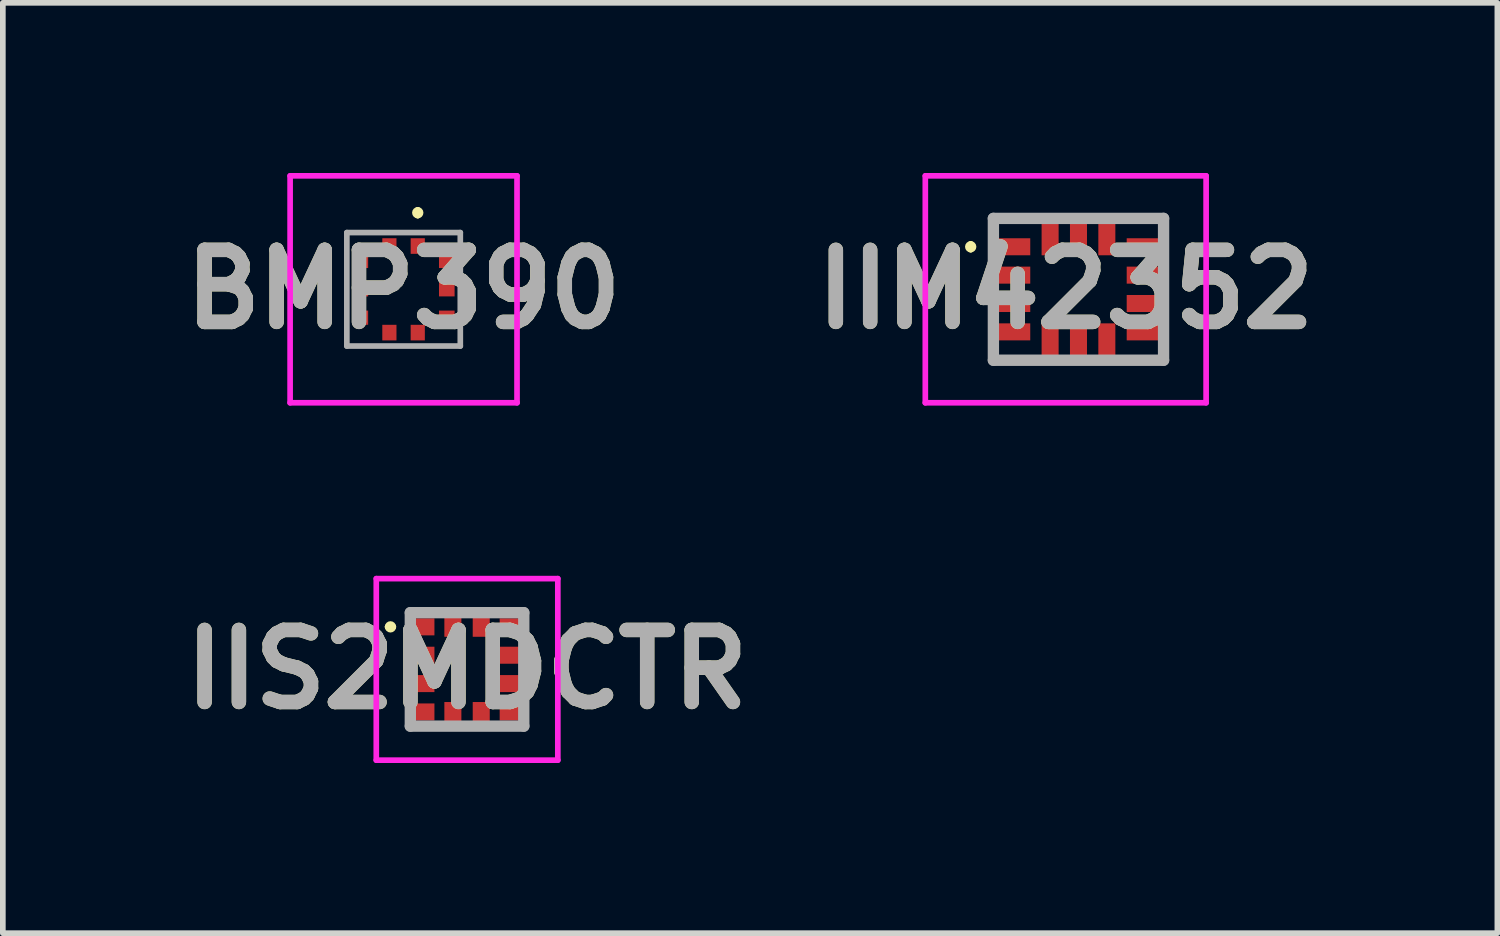
<source format=kicad_pcb>
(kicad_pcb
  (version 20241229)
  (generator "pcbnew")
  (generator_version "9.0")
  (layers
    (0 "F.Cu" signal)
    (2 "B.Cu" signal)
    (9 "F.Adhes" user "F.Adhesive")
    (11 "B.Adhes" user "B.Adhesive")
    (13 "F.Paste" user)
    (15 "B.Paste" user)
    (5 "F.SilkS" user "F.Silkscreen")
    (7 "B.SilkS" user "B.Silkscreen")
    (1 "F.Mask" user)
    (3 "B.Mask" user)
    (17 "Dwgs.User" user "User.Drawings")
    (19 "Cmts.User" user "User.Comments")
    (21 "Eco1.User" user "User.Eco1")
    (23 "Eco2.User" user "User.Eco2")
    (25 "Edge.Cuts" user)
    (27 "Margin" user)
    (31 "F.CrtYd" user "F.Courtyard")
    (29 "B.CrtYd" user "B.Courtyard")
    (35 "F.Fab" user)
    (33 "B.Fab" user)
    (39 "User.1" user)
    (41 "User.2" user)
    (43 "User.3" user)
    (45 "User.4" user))
  (footprint "IIM42352"
    (layer "F.Cu")
    (at 15.961 2.05)
    (property "Reference" "IIM42352" (at -0.225 0 0) (layer "F.SilkS") (effects (font (size 1.27 1.27) (thickness 0.254))))
    (attr smd)
    (fp_line (start -1.9 -0.8) (end -1.9 -0.8) (stroke (width 0.1) (type solid)) (layer "F.SilkS"))
    (fp_line (start -1.9 -0.7) (end -1.9 -0.7) (stroke (width 0.1) (type solid)) (layer "F.SilkS"))
    (fp_line (start -1.5 -1.25) (end -0.8 -1.25) (stroke (width 0.1) (type solid)) (layer "F.SilkS"))
    (fp_line (start -1.5 -1) (end -1.5 -1.25) (stroke (width 0.1) (type solid)) (layer "F.SilkS"))
    (fp_line (start -1.5 1.1) (end -1.5 1.25) (stroke (width 0.1) (type solid)) (layer "F.SilkS"))
    (fp_line (start -1.5 1.25) (end -0.8 1.25) (stroke (width 0.1) (type solid)) (layer "F.SilkS"))
    (fp_line (start 0.8 -1.25) (end 1.5 -1.25) (stroke (width 0.1) (type solid)) (layer "F.SilkS"))
    (fp_line (start 0.8 1.25) (end 1.5 1.25) (stroke (width 0.1) (type solid)) (layer "F.SilkS"))
    (fp_line (start 1.5 -1.25) (end 1.5 -1) (stroke (width 0.1) (type solid)) (layer "F.SilkS"))
    (fp_line (start 1.5 1.25) (end 1.5 1) (stroke (width 0.1) (type solid)) (layer "F.SilkS"))
    (fp_arc (start -1.9 -0.8) (mid -1.85 -0.75) (end -1.9 -0.7) (stroke (width 0.1) (type solid)) (layer "F.SilkS"))
    (fp_arc (start -1.9 -0.7) (mid -1.95 -0.75) (end -1.9 -0.8) (stroke (width 0.1) (type solid)) (layer "F.SilkS"))
    (fp_line (start -2.7 -2) (end 2.25 -2) (stroke (width 0.1) (type solid)) (layer "F.CrtYd"))
    (fp_line (start -2.7 2) (end -2.7 -2) (stroke (width 0.1) (type solid)) (layer "F.CrtYd"))
    (fp_line (start 2.25 -2) (end 2.25 2) (stroke (width 0.1) (type solid)) (layer "F.CrtYd"))
    (fp_line (start 2.25 2) (end -2.7 2) (stroke (width 0.1) (type solid)) (layer "F.CrtYd"))
    (fp_line (start -1.5 -1.25) (end 1.5 -1.25) (stroke (width 0.2) (type solid)) (layer "F.Fab"))
    (fp_line (start -1.5 1.25) (end -1.5 -1.25) (stroke (width 0.2) (type solid)) (layer "F.Fab"))
    (fp_line (start 1.5 -1.25) (end 1.5 1.25) (stroke (width 0.2) (type solid)) (layer "F.Fab"))
    (fp_line (start 1.5 1.25) (end -1.5 1.25) (stroke (width 0.2) (type solid)) (layer "F.Fab"))
    (fp_text user "${REFERENCE}" (at -0.225 0 0) (layer "F.Fab") (effects (font (size 1.27 1.27) (thickness 0.254))))
    (pad "1" smd rect (at -1.15 -0.75 90) (size 0.3 0.6) (layers "F.Cu" "F.Mask" "F.Paste"))
    (pad "2" smd rect (at -1.15 -0.25 90) (size 0.3 0.6) (layers "F.Cu" "F.Mask" "F.Paste"))
    (pad "3" smd rect (at -1.15 0.25 90) (size 0.3 0.6) (layers "F.Cu" "F.Mask" "F.Paste"))
    (pad "4" smd rect (at -1.15 0.75 90) (size 0.3 0.6) (layers "F.Cu" "F.Mask" "F.Paste"))
    (pad "5" smd rect (at -0.5 0.9) (size 0.3 0.6) (layers "F.Cu" "F.Mask" "F.Paste"))
    (pad "6" smd rect (at 0 0.9) (size 0.3 0.6) (layers "F.Cu" "F.Mask" "F.Paste"))
    (pad "7" smd rect (at 0.5 0.9) (size 0.3 0.6) (layers "F.Cu" "F.Mask" "F.Paste"))
    (pad "8" smd rect (at 1.15 0.75 90) (size 0.3 0.6) (layers "F.Cu" "F.Mask" "F.Paste"))
    (pad "9" smd rect (at 1.15 0.25 90) (size 0.3 0.6) (layers "F.Cu" "F.Mask" "F.Paste"))
    (pad "10" smd rect (at 1.15 -0.25 90) (size 0.3 0.6) (layers "F.Cu" "F.Mask" "F.Paste"))
    (pad "11" smd rect (at 1.15 -0.75 90) (size 0.3 0.6) (layers "F.Cu" "F.Mask" "F.Paste"))
    (pad "12" smd rect (at 0.5 -0.9) (size 0.3 0.6) (layers "F.Cu" "F.Mask" "F.Paste"))
    (pad "13" smd rect (at 0 -0.9) (size 0.3 0.6) (layers "F.Cu" "F.Mask" "F.Paste"))
    (pad "14" smd rect (at -0.5 -0.9) (size 0.3 0.6) (layers "F.Cu" "F.Mask" "F.Paste")))
  (footprint "BMP390"
    (layer "F.Cu")
    (at 4.064 2.05)
    (property "Reference" "BMP390" (at 0 0 0) (layer "F.SilkS") (effects (font (size 1.27 1.27) (thickness 0.254))))
    (attr smd)
    (fp_line (start 0.25 -1.4) (end 0.25 -1.4) (stroke (width 0.1) (type solid)) (layer "F.SilkS"))
    (fp_line (start 0.25 -1.3) (end 0.25 -1.3) (stroke (width 0.1) (type solid)) (layer "F.SilkS"))
    (fp_arc (start 0.25 -1.4) (mid 0.3 -1.35) (end 0.25 -1.3) (stroke (width 0.1) (type solid)) (layer "F.SilkS"))
    (fp_arc (start 0.25 -1.3) (mid 0.2 -1.35) (end 0.25 -1.4) (stroke (width 0.1) (type solid)) (layer "F.SilkS"))
    (fp_line (start -2 -2) (end 2 -2) (stroke (width 0.1) (type solid)) (layer "F.CrtYd"))
    (fp_line (start -2 2) (end -2 -2) (stroke (width 0.1) (type solid)) (layer "F.CrtYd"))
    (fp_line (start 2 -2) (end 2 2) (stroke (width 0.1) (type solid)) (layer "F.CrtYd"))
    (fp_line (start 2 2) (end -2 2) (stroke (width 0.1) (type solid)) (layer "F.CrtYd"))
    (fp_line (start -1 -1) (end 1 -1) (stroke (width 0.1) (type solid)) (layer "F.Fab"))
    (fp_line (start -1 1) (end -1 -1) (stroke (width 0.1) (type solid)) (layer "F.Fab"))
    (fp_line (start 1 -1) (end 1 1) (stroke (width 0.1) (type solid)) (layer "F.Fab"))
    (fp_line (start 1 1) (end -1 1) (stroke (width 0.1) (type solid)) (layer "F.Fab"))
    (fp_text user "${REFERENCE}" (at 0 0 0) (layer "F.Fab") (effects (font (size 1.27 1.27) (thickness 0.254))))
    (pad "1" smd rect (at 0.25 -0.763) (size 0.25 0.275) (layers "F.Cu" "F.Mask" "F.Paste"))
    (pad "2" smd rect (at -0.25 -0.763) (size 0.25 0.275) (layers "F.Cu" "F.Mask" "F.Paste"))
    (pad "3" smd rect (at -0.762 -0.5 90) (size 0.25 0.275) (layers "F.Cu" "F.Mask" "F.Paste"))
    (pad "4" smd rect (at -0.762 0 90) (size 0.25 0.275) (layers "F.Cu" "F.Mask" "F.Paste"))
    (pad "5" smd rect (at -0.762 0.5 90) (size 0.25 0.275) (layers "F.Cu" "F.Mask" "F.Paste"))
    (pad "6" smd rect (at -0.25 0.763) (size 0.25 0.275) (layers "F.Cu" "F.Mask" "F.Paste"))
    (pad "7" smd rect (at 0.25 0.763) (size 0.25 0.275) (layers "F.Cu" "F.Mask" "F.Paste"))
    (pad "8" smd rect (at 0.762 0.5 90) (size 0.25 0.275) (layers "F.Cu" "F.Mask" "F.Paste"))
    (pad "9" smd rect (at 0.762 0 90) (size 0.25 0.275) (layers "F.Cu" "F.Mask" "F.Paste"))
    (pad "10" smd rect (at 0.762 -0.5 90) (size 0.25 0.275) (layers "F.Cu" "F.Mask" "F.Paste")))
  (footprint "IIS2MDCTR"
    (layer "F.Cu")
    (at 5.183 8.75)
    (property "Reference" "IIS2MDCTR" (at 0 0 0) (layer "F.SilkS") (effects (font (size 1.27 1.27) (thickness 0.254))))
    (attr smd)
    (fp_line (start -1.4 -0.75) (end -1.4 -0.75) (stroke (width 0.1) (type solid)) (layer "F.SilkS"))
    (fp_line (start -1.3 -0.75) (end -1.3 -0.75) (stroke (width 0.1) (type solid)) (layer "F.SilkS"))
    (fp_arc (start -1.4 -0.75) (mid -1.35 -0.8) (end -1.3 -0.75) (stroke (width 0.1) (type solid)) (layer "F.SilkS"))
    (fp_arc (start -1.3 -0.75) (mid -1.35 -0.7) (end -1.4 -0.75) (stroke (width 0.1) (type solid)) (layer "F.SilkS"))
    (fp_line (start -1.6 -1.6) (end 1.6 -1.6) (stroke (width 0.1) (type solid)) (layer "F.CrtYd"))
    (fp_line (start -1.6 1.6) (end -1.6 -1.6) (stroke (width 0.1) (type solid)) (layer "F.CrtYd"))
    (fp_line (start 1.6 -1.6) (end 1.6 1.6) (stroke (width 0.1) (type solid)) (layer "F.CrtYd"))
    (fp_line (start 1.6 1.6) (end -1.6 1.6) (stroke (width 0.1) (type solid)) (layer "F.CrtYd"))
    (fp_line (start -1 -1) (end 1 -1) (stroke (width 0.2) (type solid)) (layer "F.Fab"))
    (fp_line (start -1 1) (end -1 -1) (stroke (width 0.2) (type solid)) (layer "F.Fab"))
    (fp_line (start 1 -1) (end 1 1) (stroke (width 0.2) (type solid)) (layer "F.Fab"))
    (fp_line (start 1 1) (end -1 1) (stroke (width 0.2) (type solid)) (layer "F.Fab"))
    (fp_text user "${REFERENCE}" (at 0 0 0) (layer "F.Fab") (effects (font (size 1.27 1.27) (thickness 0.254))))
    (pad "1" smd rect (at -0.75 -0.75 90) (size 0.3 0.35) (layers "F.Cu" "F.Mask" "F.Paste"))
    (pad "2" smd rect (at -0.75 -0.25 90) (size 0.3 0.35) (layers "F.Cu" "F.Mask" "F.Paste"))
    (pad "3" smd rect (at -0.75 0.25 90) (size 0.3 0.35) (layers "F.Cu" "F.Mask" "F.Paste"))
    (pad "4" smd rect (at -0.75 0.75 90) (size 0.3 0.35) (layers "F.Cu" "F.Mask" "F.Paste"))
    (pad "5" smd rect (at -0.25 0.75) (size 0.3 0.35) (layers "F.Cu" "F.Mask" "F.Paste"))
    (pad "6" smd rect (at 0.25 0.75) (size 0.3 0.35) (layers "F.Cu" "F.Mask" "F.Paste"))
    (pad "7" smd rect (at 0.75 0.75 90) (size 0.3 0.35) (layers "F.Cu" "F.Mask" "F.Paste"))
    (pad "8" smd rect (at 0.75 0.25 90) (size 0.3 0.35) (layers "F.Cu" "F.Mask" "F.Paste"))
    (pad "9" smd rect (at 0.75 -0.25 90) (size 0.3 0.35) (layers "F.Cu" "F.Mask" "F.Paste"))
    (pad "10" smd rect (at 0.75 -0.75 90) (size 0.3 0.35) (layers "F.Cu" "F.Mask" "F.Paste"))
    (pad "11" smd rect (at 0.25 -0.75) (size 0.3 0.35) (layers "F.Cu" "F.Mask" "F.Paste"))
    (pad "12" smd rect (at -0.25 -0.75) (size 0.3 0.35) (layers "F.Cu" "F.Mask" "F.Paste")))
  (gr_rect
    (start -3 -3)
    (end 23.345 13.4)
    (stroke (width 0.1) (type default))
    (fill no)
    (layer "Edge.Cuts")))
</source>
